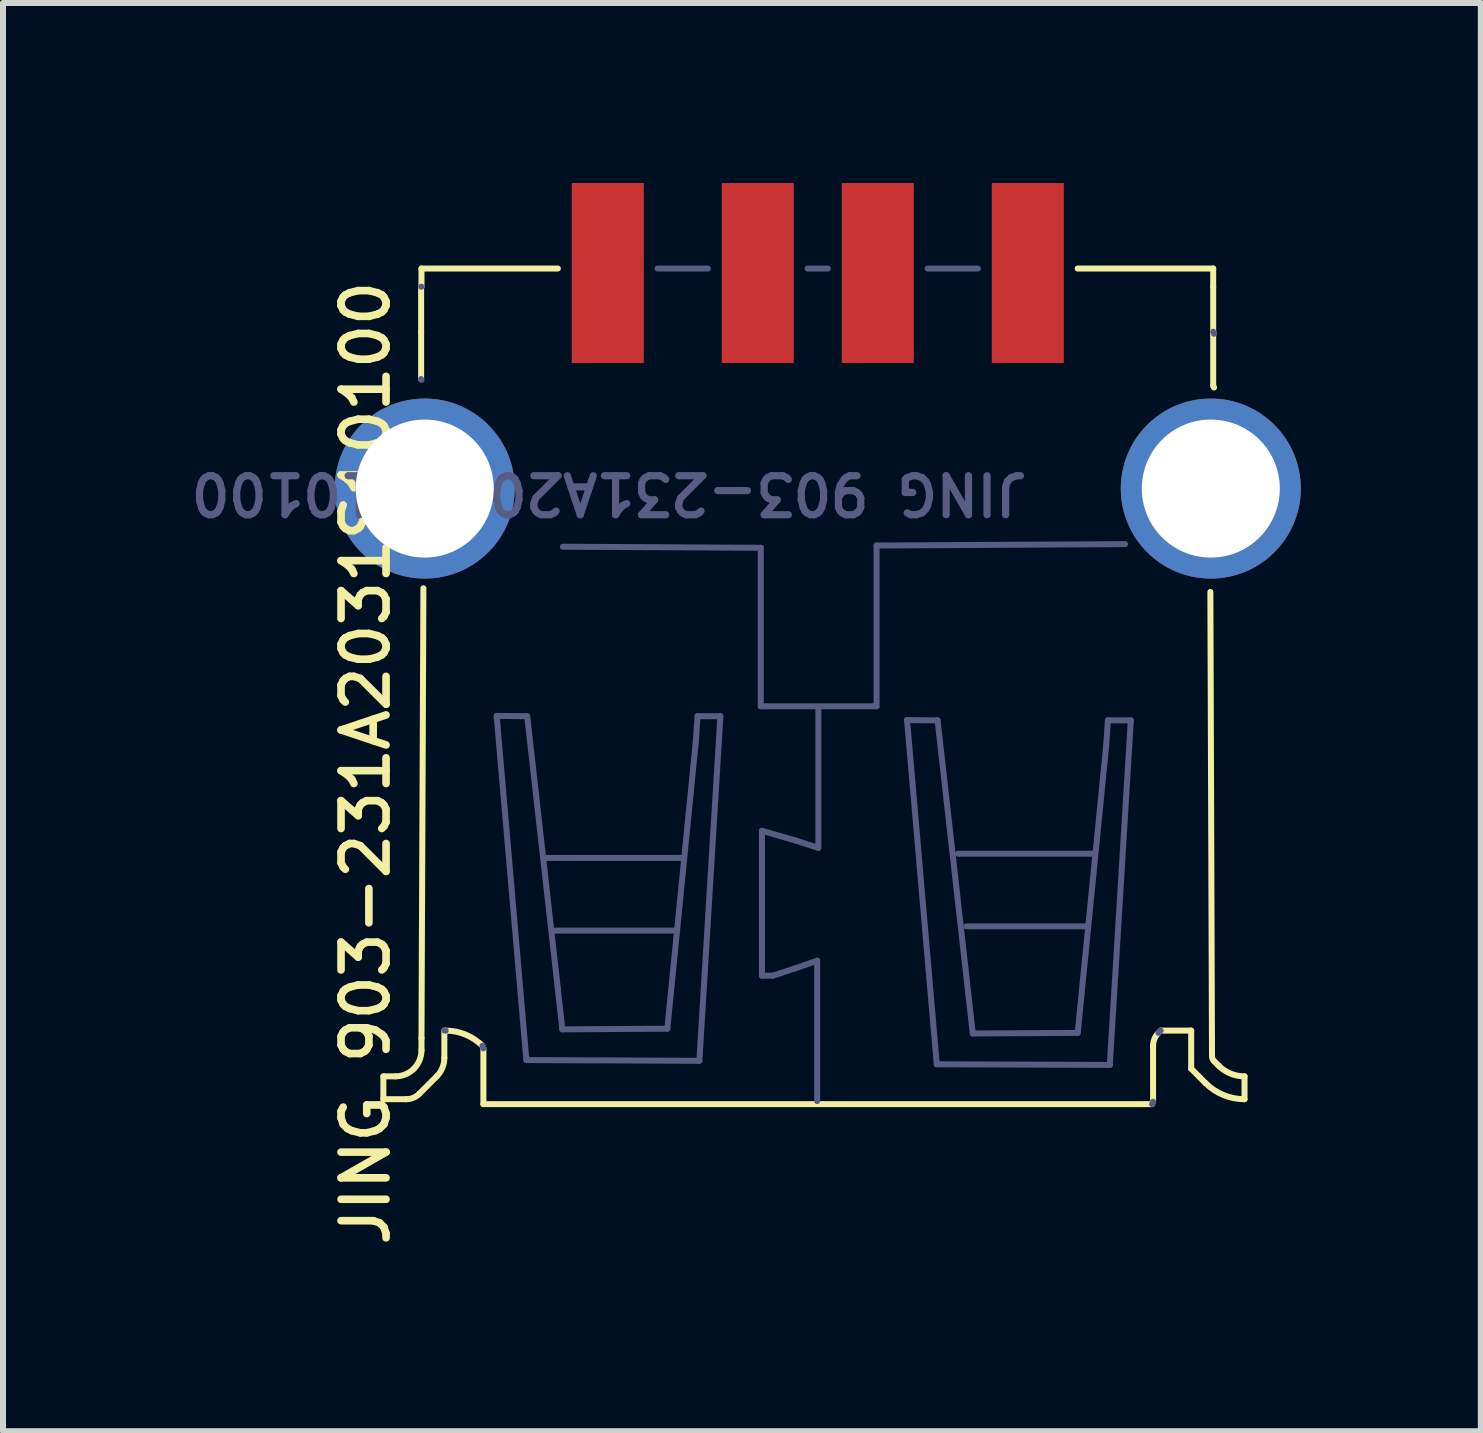
<source format=kicad_pcb>
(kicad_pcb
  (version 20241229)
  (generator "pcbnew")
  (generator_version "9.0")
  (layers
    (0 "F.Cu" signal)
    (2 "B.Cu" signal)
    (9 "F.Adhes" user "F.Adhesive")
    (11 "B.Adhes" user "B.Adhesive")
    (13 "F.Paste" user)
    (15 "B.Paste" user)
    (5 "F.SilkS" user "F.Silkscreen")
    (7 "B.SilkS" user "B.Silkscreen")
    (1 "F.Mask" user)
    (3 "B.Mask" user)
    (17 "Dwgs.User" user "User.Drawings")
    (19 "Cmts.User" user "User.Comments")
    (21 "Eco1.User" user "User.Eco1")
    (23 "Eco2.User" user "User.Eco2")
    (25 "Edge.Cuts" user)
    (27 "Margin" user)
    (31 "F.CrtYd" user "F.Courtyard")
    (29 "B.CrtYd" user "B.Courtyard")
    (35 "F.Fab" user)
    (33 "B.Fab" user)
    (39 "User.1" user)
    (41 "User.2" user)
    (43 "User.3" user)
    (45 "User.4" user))
  (footprint "JING 903-231A2031S10100"
    (layer "F.Cu")
    (at 10.578 5.092)
    (property "Reference" "JING 903-231A2031S10100" (at -7.535 4.576 90) (unlocked yes) (layer "F.SilkS") (effects (font (size 0.75 0.75) (thickness 0.127))))
    (fp_line (start -7.239 9.795) (end -7.239 10.176) (stroke (width 0.1) (type solid)) (layer "F.SilkS"))
    (fp_line (start -7.038 9.795) (end -7.239 9.795) (stroke (width 0.1) (type solid)) (layer "F.SilkS"))
    (fp_line (start -6.858 10.176) (end -7.239 10.176) (stroke (width 0.1) (type solid)) (layer "F.SilkS"))
    (fp_line (start -6.61 -3.364) (end -6.61 -2.612) (stroke (width 0.1) (type solid)) (layer "F.SilkS"))
    (fp_line (start -6.61 -2.612) (end -6.61 -1.825) (stroke (width 0.1) (type solid)) (layer "F.SilkS"))
    (fp_line (start -6.604 -3.667) (end -6.604 -3.364) (stroke (width 0.1) (type solid)) (layer "F.SilkS"))
    (fp_line (start -6.604 9.16) (end -6.604 9.362) (stroke (width 0.1) (type solid)) (layer "F.SilkS"))
    (fp_line (start -6.572 1.662) (end -6.604 9.16) (stroke (width 0.1) (type solid)) (layer "F.SilkS"))
    (fp_line (start -6.35 9.795) (end -6.641 10.087) (stroke (width 0.1) (type solid)) (layer "F.SilkS"))
    (fp_line (start -6.223 9.033) (end -6.223 9.489) (stroke (width 0.1) (type solid)) (layer "F.SilkS"))
    (fp_line (start -5.572 9.327) (end -5.572 10.258) (stroke (width 0.1) (type solid)) (layer "F.SilkS"))
    (fp_line (start -4.331 -3.667) (end -6.604 -3.667) (stroke (width 0.1) (type solid)) (layer "F.SilkS"))
    (fp_line (start 5.572 10.258) (end -5.572 10.258) (stroke (width 0.1) (type solid)) (layer "F.SilkS"))
    (fp_line (start 5.588 9.287) (end 5.588 10.219) (stroke (width 0.1) (type solid)) (layer "F.SilkS"))
    (fp_line (start 6.223 9.033) (end 5.715 9.033) (stroke (width 0.1) (type solid)) (layer "F.SilkS"))
    (fp_line (start 6.223 9.033) (end 6.223 9.668) (stroke (width 0.1) (type solid)) (layer "F.SilkS"))
    (fp_line (start 6.461 9.907) (end 6.223 9.668) (stroke (width 0.1) (type solid)) (layer "F.SilkS"))
    (fp_line (start 6.57 9.459) (end 6.543 1.723) (stroke (width 0.1) (type solid)) (layer "F.SilkS"))
    (fp_line (start 6.59 -3.667) (end 4.331 -3.667) (stroke (width 0.1) (type solid)) (layer "F.SilkS"))
    (fp_line (start 6.59 -3.667) (end 6.59 -3.364) (stroke (width 0.1) (type solid)) (layer "F.SilkS"))
    (fp_line (start 6.59 -3.364) (end 6.59 -2.614) (stroke (width 0.1) (type solid)) (layer "F.SilkS"))
    (fp_line (start 6.59 -2.614) (end 6.59 -1.718) (stroke (width 0.1) (type solid)) (layer "F.SilkS"))
    (fp_line (start 6.678 9.616) (end 6.604 9.541) (stroke (width 0.1) (type solid)) (layer "F.SilkS"))
    (fp_line (start 7.112 9.795) (end 7.112 10.176) (stroke (width 0.1) (type solid)) (layer "F.SilkS"))
    (fp_arc (start -6.731108 9.668381) (mid -6.871778 9.762374) (end -7.03771 9.79538) (stroke (width 0.1) (type solid)) (layer "F.SilkS"))
    (fp_arc (start -6.641289 10.086567) (mid -6.740761 10.153038) (end -6.8581 10.17638) (stroke (width 0.1) (type solid)) (layer "F.SilkS"))
    (fp_arc (start -6.60411 9.361781) (mid -6.637117 9.527712) (end -6.731109 9.668382) (stroke (width 0.1) (type solid)) (layer "F.SilkS"))
    (fp_arc (start -6.22311 9.488781) (mid -6.256117 9.654712) (end -6.350109 9.795382) (stroke (width 0.1) (type solid)) (layer "F.SilkS"))
    (fp_arc (start -6.20131 9.03338) (mid -5.869442 9.099393) (end -5.588099 9.287381) (stroke (width 0.1) (type solid)) (layer "F.SilkS"))
    (fp_arc (start 5.5879 9.287381) (mid 5.611242 9.170042) (end 5.677713 9.070569) (stroke (width 0.1) (type solid)) (layer "F.SilkS"))
    (fp_arc (start 6.603897 9.541383) (mid 6.578708 9.503681) (end 6.56986 9.45921) (stroke (width 0.1) (type solid)) (layer "F.SilkS"))
    (fp_arc (start 6.6039 -1.684152) (mid 6.593559 -1.699627) (end 6.58993 -1.717882) (stroke (width 0.1) (type solid)) (layer "F.SilkS"))
    (fp_arc (start 7.11189 9.79539) (mid 6.877225 9.748714) (end 6.678286 9.615786) (stroke (width 0.1) (type solid)) (layer "F.SilkS"))
    (fp_arc (start 7.11189 10.17638) (mid 6.759885 10.106362) (end 6.461474 9.906962) (stroke (width 0.1) (type solid)) (layer "F.SilkS"))
    (fp_line (start -6.604 -3.364) (end -6.61 -3.364) (stroke (width 0.1) (type solid)) (layer "B.Fab"))
    (fp_line (start -6.593 0.136) (end -7.193 0.136) (stroke (width 0.1) (type solid)) (layer "B.Fab"))
    (fp_line (start -6.201 9.033) (end -6.223 9.033) (stroke (width 0.1) (type solid)) (layer "B.Fab"))
    (fp_line (start -4.856 9.524) (end -5.351 3.789) (stroke (width 0.1) (type solid)) (layer "B.Fab"))
    (fp_line (start -4.842 3.793) (end -5.351 3.789) (stroke (width 0.1) (type solid)) (layer "B.Fab"))
    (fp_line (start -4.332 8.333) (end -4.842 3.793) (stroke (width 0.1) (type solid)) (layer "B.Fab"))
    (fp_line (start -4.257 9.012) (end -4.332 8.333) (stroke (width 0.1) (type solid)) (layer "B.Fab"))
    (fp_line (start -2.507 9.001) (end -4.257 9.012) (stroke (width 0.1) (type solid)) (layer "B.Fab"))
    (fp_line (start -2.343 7.366) (end -4.373 7.366) (stroke (width 0.1) (type solid)) (layer "B.Fab"))
    (fp_line (start -2.253 6.156) (end -4.513 6.156) (stroke (width 0.1) (type solid)) (layer "B.Fab"))
    (fp_line (start -2.033 4.223) (end -2.507 9.001) (stroke (width 0.1) (type solid)) (layer "B.Fab"))
    (fp_line (start -2.003 3.793) (end -2.033 4.223) (stroke (width 0.1) (type solid)) (layer "B.Fab"))
    (fp_line (start -1.973 9.536) (end -4.856 9.524) (stroke (width 0.1) (type solid)) (layer "B.Fab"))
    (fp_line (start -1.831 -3.667) (end -2.669 -3.667) (stroke (width 0.1) (type solid)) (layer "B.Fab"))
    (fp_line (start -1.623 3.793) (end -2.003 3.793) (stroke (width 0.1) (type solid)) (layer "B.Fab"))
    (fp_line (start -1.623 3.793) (end -1.973 9.536) (stroke (width 0.1) (type solid)) (layer "B.Fab"))
    (fp_line (start -0.95 0.987) (end -4.247 0.969) (stroke (width 0.1) (type solid)) (layer "B.Fab"))
    (fp_line (start -0.95 0.987) (end -0.95 3.628) (stroke (width 0.1) (type solid)) (layer "B.Fab"))
    (fp_line (start -0.93 5.703) (end -0.93 8.118) (stroke (width 0.1) (type solid)) (layer "B.Fab"))
    (fp_line (start -0.75 8.118) (end -0.93 8.118) (stroke (width 0.1) (type solid)) (layer "B.Fab"))
    (fp_line (start -0.38 7.997) (end -0.75 8.118) (stroke (width 0.1) (type solid)) (layer "B.Fab"))
    (fp_line (start -0.36 5.868) (end -0.93 5.703) (stroke (width 0.1) (type solid)) (layer "B.Fab"))
    (fp_line (start -0.01 7.868) (end -0.38 7.997) (stroke (width 0.1) (type solid)) (layer "B.Fab"))
    (fp_line (start -0.01 7.868) (end -0.01 10.207) (stroke (width 0.1) (type solid)) (layer "B.Fab"))
    (fp_line (start 0.01 3.678) (end 0.01 5.988) (stroke (width 0.1) (type solid)) (layer "B.Fab"))
    (fp_line (start 0.01 5.988) (end -0.36 5.868) (stroke (width 0.1) (type solid)) (layer "B.Fab"))
    (fp_line (start 0.169 -3.667) (end -0.169 -3.667) (stroke (width 0.1) (type solid)) (layer "B.Fab"))
    (fp_line (start 0.98 0.949) (end 0.98 3.628) (stroke (width 0.1) (type solid)) (layer "B.Fab"))
    (fp_line (start 0.98 3.628) (end -0.95 3.628) (stroke (width 0.1) (type solid)) (layer "B.Fab"))
    (fp_line (start 1.983 9.594) (end 1.488 3.859) (stroke (width 0.1) (type solid)) (layer "B.Fab"))
    (fp_line (start 1.997 3.863) (end 1.488 3.859) (stroke (width 0.1) (type solid)) (layer "B.Fab"))
    (fp_line (start 2.507 8.403) (end 1.997 3.863) (stroke (width 0.1) (type solid)) (layer "B.Fab"))
    (fp_line (start 2.583 9.081) (end 2.507 8.403) (stroke (width 0.1) (type solid)) (layer "B.Fab"))
    (fp_line (start 2.669 -3.667) (end 1.831 -3.667) (stroke (width 0.1) (type solid)) (layer "B.Fab"))
    (fp_line (start 4.332 9.071) (end 2.583 9.081) (stroke (width 0.1) (type solid)) (layer "B.Fab"))
    (fp_line (start 4.507 7.295) (end 2.477 7.295) (stroke (width 0.1) (type solid)) (layer "B.Fab"))
    (fp_line (start 4.597 6.085) (end 2.337 6.085) (stroke (width 0.1) (type solid)) (layer "B.Fab"))
    (fp_line (start 4.806 4.292) (end 4.332 9.071) (stroke (width 0.1) (type solid)) (layer "B.Fab"))
    (fp_line (start 4.836 3.862) (end 4.806 4.292) (stroke (width 0.1) (type solid)) (layer "B.Fab"))
    (fp_line (start 4.867 9.605) (end 1.983 9.594) (stroke (width 0.1) (type solid)) (layer "B.Fab"))
    (fp_line (start 5.12 0.926) (end 0.98 0.949) (stroke (width 0.1) (type solid)) (layer "B.Fab"))
    (fp_line (start 5.217 3.862) (end 4.836 3.862) (stroke (width 0.1) (type solid)) (layer "B.Fab"))
    (fp_line (start 5.217 3.862) (end 4.867 9.605) (stroke (width 0.1) (type solid)) (layer "B.Fab"))
    (fp_line (start 5.715 9.033) (end 5.678 9.071) (stroke (width 0.1) (type solid)) (layer "B.Fab"))
    (fp_line (start 7.2 0.138) (end 6.6 0.138) (stroke (width 0.1) (type solid)) (layer "B.Fab"))
    (fp_arc (start -6.604108 -1.811148) (mid -6.608431 -1.817616) (end -6.60995 -1.825246) (stroke (width 0.1) (type solid)) (layer "B.Fab"))
    (fp_arc (start -5.588097 9.28738) (mid -5.575822 9.305747) (end -5.57151 9.327413) (stroke (width 0.1) (type solid)) (layer "B.Fab"))
    (fp_arc (start 5.58789 10.218547) (mid 5.58369 10.239647) (end 5.571736 10.257533) (stroke (width 0.1) (type solid)) (layer "B.Fab"))
    (fp_arc (start 6.58993 -2.613808) (mid 6.60027 -2.598332) (end 6.6039 -2.580078) (stroke (width 0.1) (type solid)) (layer "B.Fab"))
    (fp_circle (center -6.55 0) (end -6.55 0.75) (stroke (width 0.013) (type solid)) (fill no) (layer "B.Fab"))
    (fp_circle (center 6.55 0) (end 6.55 0.75) (stroke (width 0.013) (type solid)) (fill no) (layer "B.Fab"))
    (fp_text user "${REFERENCE}" (at 3.55 -0.3 180) (unlocked yes) (layer "B.Fab") (effects (font (size 0.65 0.65) (thickness 0.12) (bold yes)) (justify left bottom)))
    (pad "1" smd rect (at -3.5 -3.592) (size 1.2 3) (layers "F.Cu" "F.Mask" "F.Paste"))
    (pad "2" smd rect (at -1 -3.592) (size 1.2 3) (layers "F.Cu" "F.Mask" "F.Paste"))
    (pad "3" smd rect (at 1 -3.592) (size 1.2 3) (layers "F.Cu" "F.Mask" "F.Paste"))
    (pad "4" smd rect (at 3.5 -3.592 180) (size 1.2 3) (layers "F.Cu" "F.Mask" "F.Paste"))
    (pad "5" thru_hole circle (at -6.55 0) (size 3 3) (drill 2.3) (layers "*.Cu" "*.Mask"))
    (pad "5" thru_hole circle (at 6.55 0) (size 3 3) (drill 2.3) (layers "*.Cu" "*.Mask")))
  (gr_rect
    (start -3 -3)
    (end 21.628 20.801)
    (stroke (width 0.1) (type default))
    (fill no)
    (layer "Edge.Cuts")))
</source>
